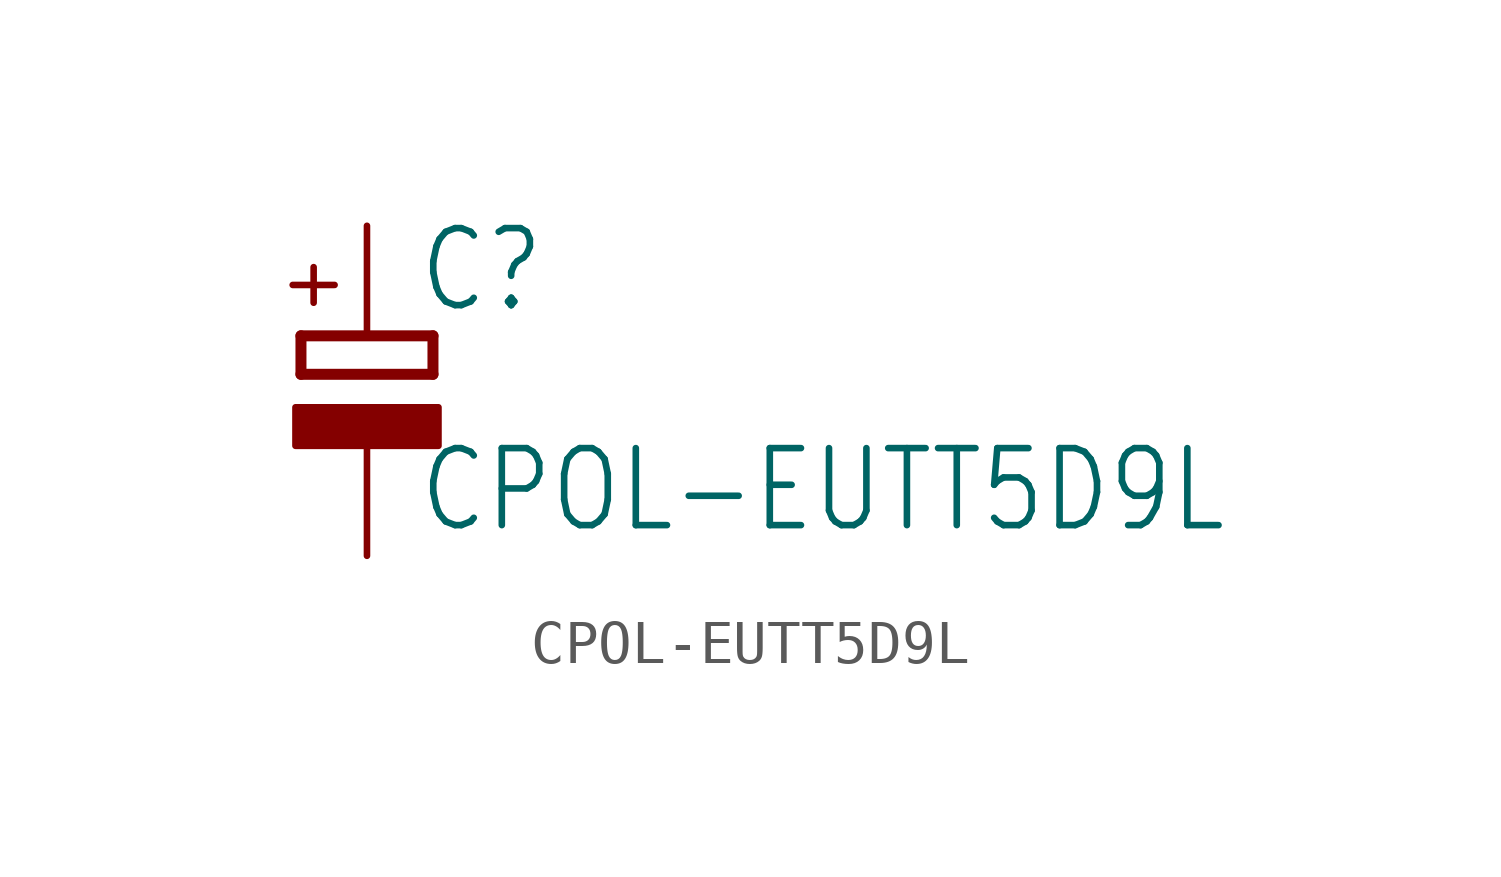
<source format=kicad_sym>
(kicad_symbol_lib
  (version 20211014)
  (generator kicad_symbol_editor)
  (symbol "CPOL-EUTT5D9L"
    (property "Reference" "C"
      (at 1.143 0.483 0)
      (effects (font (size 1.778 1.511)) (justify left bottom)))
    (property "Value" "CPOL-EUTT5D9L"
      (at 1.143 -4.597 0)
      (effects (font (size 1.778 1.511)) (justify left bottom)))
    (property "ki_locked" ""
      (at 0 0 0)
      (effects (font (size 1.27 1.27))))
    (symbol "CPOL-EUTT5D9L_1_0"
      (rectangle (start -1.651 -2.54) (end 1.651 -1.651) (stroke (width 0) (type default) (color 0 0 0 0)) (fill (type outline)))
      (polyline (pts (xy -1.524 -0.889) (xy 1.524 -0.889)) (stroke (width 0.254) (type default) (color 0 0 0 0)) (fill (type none)))
      (polyline (pts (xy -1.524 0) (xy -1.524 -0.889)) (stroke (width 0.254) (type default) (color 0 0 0 0)) (fill (type none)))
      (polyline (pts (xy -1.524 0) (xy 1.524 0)) (stroke (width 0.254) (type default) (color 0 0 0 0)) (fill (type none)))
      (polyline (pts (xy 1.524 -0.889) (xy 1.524 0)) (stroke (width 0.254) (type default) (color 0 0 0 0)) (fill (type none)))
      (text "+" (at -0.584 0.406 900) (effects (font (size 1.27 1.079)) (justify left bottom)))
      (pin passive line (at 0 2.54 270) (length 2.54) (name "+" (effects (font (size 0 0)))) (number "+" (effects (font (size 0 0)))))
      (pin passive line (at 0 -5.08 90) (length 2.54) (name "-" (effects (font (size 0 0)))) (number "-" (effects (font (size 0 0))))))))
</source>
